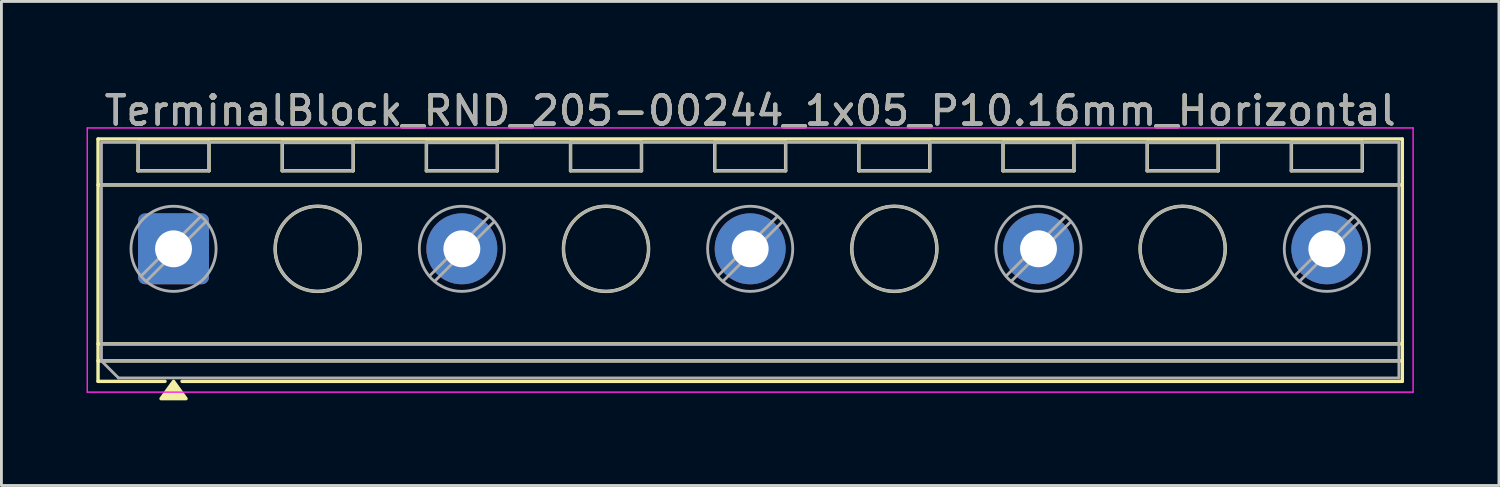
<source format=kicad_pcb>
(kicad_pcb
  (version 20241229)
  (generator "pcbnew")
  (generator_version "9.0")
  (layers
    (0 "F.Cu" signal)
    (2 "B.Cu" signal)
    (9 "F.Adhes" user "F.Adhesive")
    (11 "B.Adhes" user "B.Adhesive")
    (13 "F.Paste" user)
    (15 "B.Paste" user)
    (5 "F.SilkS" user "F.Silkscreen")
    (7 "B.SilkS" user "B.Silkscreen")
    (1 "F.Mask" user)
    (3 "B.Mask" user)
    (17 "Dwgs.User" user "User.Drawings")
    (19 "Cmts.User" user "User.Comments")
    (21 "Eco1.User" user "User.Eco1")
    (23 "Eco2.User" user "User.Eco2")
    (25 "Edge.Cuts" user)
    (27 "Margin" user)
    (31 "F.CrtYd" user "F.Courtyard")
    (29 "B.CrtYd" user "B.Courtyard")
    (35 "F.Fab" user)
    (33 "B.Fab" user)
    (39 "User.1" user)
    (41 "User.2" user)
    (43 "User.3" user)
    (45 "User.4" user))
  (footprint "TerminalBlock_RND_205-00244_1x05_P10.16mm_Horizontal"
    (layer "F.Cu")
    (at 3.065 5.718)
    (property "Reference" "TerminalBlock_RND_205-00244_1x05_P10.16mm_Horizontal" (at 20.32 -4.87 0) (layer "F.SilkS") (effects (font (size 1 1) (thickness 0.15))))
    (attr through_hole)
    (fp_line (start -2.66 -3.87) (end 43.3 -3.87) (stroke (width 0.12) (type solid)) (layer "F.SilkS"))
    (fp_line (start -2.66 -2.25) (end 43.3 -2.25) (stroke (width 0.12) (type solid)) (layer "F.SilkS"))
    (fp_line (start -2.66 3.35) (end 43.3 3.35) (stroke (width 0.12) (type solid)) (layer "F.SilkS"))
    (fp_line (start -2.66 3.95) (end 43.3 3.95) (stroke (width 0.12) (type solid)) (layer "F.SilkS"))
    (fp_line (start -2.66 4.67) (end -2.66 -3.87) (stroke (width 0.12) (type solid)) (layer "F.SilkS"))
    (fp_line (start -1.25 -3.75) (end 1.25 -3.75) (stroke (width 0.12) (type solid)) (layer "F.SilkS"))
    (fp_line (start -1.25 -2.75) (end -1.25 -3.75) (stroke (width 0.12) (type solid)) (layer "F.SilkS"))
    (fp_line (start -0.3 4.67) (end -2.66 4.67) (stroke (width 0.12) (type solid)) (layer "F.SilkS"))
    (fp_line (start 1.25 -3.75) (end 1.25 -2.75) (stroke (width 0.12) (type solid)) (layer "F.SilkS"))
    (fp_line (start 1.25 -2.75) (end -1.25 -2.75) (stroke (width 0.12) (type solid)) (layer "F.SilkS"))
    (fp_line (start 3.83 -3.75) (end 6.33 -3.75) (stroke (width 0.12) (type solid)) (layer "F.SilkS"))
    (fp_line (start 3.83 -2.75) (end 3.83 -3.75) (stroke (width 0.12) (type solid)) (layer "F.SilkS"))
    (fp_line (start 6.33 -3.75) (end 6.33 -2.75) (stroke (width 0.12) (type solid)) (layer "F.SilkS"))
    (fp_line (start 6.33 -2.75) (end 3.83 -2.75) (stroke (width 0.12) (type solid)) (layer "F.SilkS"))
    (fp_line (start 8.91 -3.75) (end 11.41 -3.75) (stroke (width 0.12) (type solid)) (layer "F.SilkS"))
    (fp_line (start 8.91 -2.75) (end 8.91 -3.75) (stroke (width 0.12) (type solid)) (layer "F.SilkS"))
    (fp_line (start 11.41 -3.75) (end 11.41 -2.75) (stroke (width 0.12) (type solid)) (layer "F.SilkS"))
    (fp_line (start 11.41 -2.75) (end 8.91 -2.75) (stroke (width 0.12) (type solid)) (layer "F.SilkS"))
    (fp_line (start 13.99 -3.75) (end 16.49 -3.75) (stroke (width 0.12) (type solid)) (layer "F.SilkS"))
    (fp_line (start 13.99 -2.75) (end 13.99 -3.75) (stroke (width 0.12) (type solid)) (layer "F.SilkS"))
    (fp_line (start 16.49 -3.75) (end 16.49 -2.75) (stroke (width 0.12) (type solid)) (layer "F.SilkS"))
    (fp_line (start 16.49 -2.75) (end 13.99 -2.75) (stroke (width 0.12) (type solid)) (layer "F.SilkS"))
    (fp_line (start 19.07 -3.75) (end 21.57 -3.75) (stroke (width 0.12) (type solid)) (layer "F.SilkS"))
    (fp_line (start 19.07 -2.75) (end 19.07 -3.75) (stroke (width 0.12) (type solid)) (layer "F.SilkS"))
    (fp_line (start 21.57 -3.75) (end 21.57 -2.75) (stroke (width 0.12) (type solid)) (layer "F.SilkS"))
    (fp_line (start 21.57 -2.75) (end 19.07 -2.75) (stroke (width 0.12) (type solid)) (layer "F.SilkS"))
    (fp_line (start 24.15 -3.75) (end 26.65 -3.75) (stroke (width 0.12) (type solid)) (layer "F.SilkS"))
    (fp_line (start 24.15 -2.75) (end 24.15 -3.75) (stroke (width 0.12) (type solid)) (layer "F.SilkS"))
    (fp_line (start 26.65 -3.75) (end 26.65 -2.75) (stroke (width 0.12) (type solid)) (layer "F.SilkS"))
    (fp_line (start 26.65 -2.75) (end 24.15 -2.75) (stroke (width 0.12) (type solid)) (layer "F.SilkS"))
    (fp_line (start 29.23 -3.75) (end 31.73 -3.75) (stroke (width 0.12) (type solid)) (layer "F.SilkS"))
    (fp_line (start 29.23 -2.75) (end 29.23 -3.75) (stroke (width 0.12) (type solid)) (layer "F.SilkS"))
    (fp_line (start 31.73 -3.75) (end 31.73 -2.75) (stroke (width 0.12) (type solid)) (layer "F.SilkS"))
    (fp_line (start 31.73 -2.75) (end 29.23 -2.75) (stroke (width 0.12) (type solid)) (layer "F.SilkS"))
    (fp_line (start 34.31 -3.75) (end 36.81 -3.75) (stroke (width 0.12) (type solid)) (layer "F.SilkS"))
    (fp_line (start 34.31 -2.75) (end 34.31 -3.75) (stroke (width 0.12) (type solid)) (layer "F.SilkS"))
    (fp_line (start 36.81 -3.75) (end 36.81 -2.75) (stroke (width 0.12) (type solid)) (layer "F.SilkS"))
    (fp_line (start 36.81 -2.75) (end 34.31 -2.75) (stroke (width 0.12) (type solid)) (layer "F.SilkS"))
    (fp_line (start 39.39 -3.75) (end 41.89 -3.75) (stroke (width 0.12) (type solid)) (layer "F.SilkS"))
    (fp_line (start 39.39 -2.75) (end 39.39 -3.75) (stroke (width 0.12) (type solid)) (layer "F.SilkS"))
    (fp_line (start 41.89 -3.75) (end 41.89 -2.75) (stroke (width 0.12) (type solid)) (layer "F.SilkS"))
    (fp_line (start 41.89 -2.75) (end 39.39 -2.75) (stroke (width 0.12) (type solid)) (layer "F.SilkS"))
    (fp_line (start 43.3 -3.87) (end 43.3 4.67) (stroke (width 0.12) (type solid)) (layer "F.SilkS"))
    (fp_line (start 43.3 4.67) (end 0.3 4.67) (stroke (width 0.12) (type solid)) (layer "F.SilkS"))
    (fp_circle (center 5.08 0) (end 6.58 0) (stroke (width 0.12) (type solid)) (fill no) (layer "F.SilkS"))
    (fp_circle (center 15.24 0) (end 16.74 0) (stroke (width 0.12) (type solid)) (fill no) (layer "F.SilkS"))
    (fp_circle (center 25.4 0) (end 26.9 0) (stroke (width 0.12) (type solid)) (fill no) (layer "F.SilkS"))
    (fp_circle (center 35.56 0) (end 37.06 0) (stroke (width 0.12) (type solid)) (fill no) (layer "F.SilkS"))
    (fp_poly (pts (xy 0 4.67) (xy 0.44 5.28) (xy -0.44 5.28)) (stroke (width 0.12) (type solid)) (fill yes) (layer "F.SilkS"))
    (fp_line (start -3.04 -4.26) (end -3.04 5.05) (stroke (width 0.05) (type solid)) (layer "F.CrtYd"))
    (fp_line (start -3.04 5.05) (end 43.68 5.05) (stroke (width 0.05) (type solid)) (layer "F.CrtYd"))
    (fp_line (start 43.68 -4.26) (end -3.04 -4.26) (stroke (width 0.05) (type solid)) (layer "F.CrtYd"))
    (fp_line (start 43.68 5.05) (end 43.68 -4.26) (stroke (width 0.05) (type solid)) (layer "F.CrtYd"))
    (fp_line (start -2.54 -3.75) (end 43.18 -3.75) (stroke (width 0.1) (type solid)) (layer "F.Fab"))
    (fp_line (start -2.54 -2.25) (end 43.18 -2.25) (stroke (width 0.1) (type solid)) (layer "F.Fab"))
    (fp_line (start -2.54 3.35) (end 43.18 3.35) (stroke (width 0.1) (type solid)) (layer "F.Fab"))
    (fp_line (start -2.54 3.95) (end -2.54 -3.75) (stroke (width 0.1) (type solid)) (layer "F.Fab"))
    (fp_line (start -2.54 3.95) (end 43.18 3.95) (stroke (width 0.1) (type solid)) (layer "F.Fab"))
    (fp_line (start -1.94 4.55) (end -2.54 3.95) (stroke (width 0.1) (type solid)) (layer "F.Fab"))
    (fp_line (start -1.25 -3.75) (end -1.25 -2.75) (stroke (width 0.1) (type solid)) (layer "F.Fab"))
    (fp_line (start -1.25 -2.75) (end 1.25 -2.75) (stroke (width 0.1) (type solid)) (layer "F.Fab"))
    (fp_line (start 0.955 -1.138) (end -1.138 0.955) (stroke (width 0.1) (type solid)) (layer "F.Fab"))
    (fp_line (start 1.138 -0.955) (end -0.955 1.138) (stroke (width 0.1) (type solid)) (layer "F.Fab"))
    (fp_line (start 1.25 -3.75) (end -1.25 -3.75) (stroke (width 0.1) (type solid)) (layer "F.Fab"))
    (fp_line (start 1.25 -2.75) (end 1.25 -3.75) (stroke (width 0.1) (type solid)) (layer "F.Fab"))
    (fp_line (start 3.83 -3.75) (end 3.83 -2.75) (stroke (width 0.1) (type solid)) (layer "F.Fab"))
    (fp_line (start 3.83 -2.75) (end 6.33 -2.75) (stroke (width 0.1) (type solid)) (layer "F.Fab"))
    (fp_line (start 6.33 -3.75) (end 3.83 -3.75) (stroke (width 0.1) (type solid)) (layer "F.Fab"))
    (fp_line (start 6.33 -2.75) (end 6.33 -3.75) (stroke (width 0.1) (type solid)) (layer "F.Fab"))
    (fp_line (start 8.91 -3.75) (end 8.91 -2.75) (stroke (width 0.1) (type solid)) (layer "F.Fab"))
    (fp_line (start 8.91 -2.75) (end 11.41 -2.75) (stroke (width 0.1) (type solid)) (layer "F.Fab"))
    (fp_line (start 11.115 -1.138) (end 9.022 0.955) (stroke (width 0.1) (type solid)) (layer "F.Fab"))
    (fp_line (start 11.298 -0.955) (end 9.205 1.138) (stroke (width 0.1) (type solid)) (layer "F.Fab"))
    (fp_line (start 11.41 -3.75) (end 8.91 -3.75) (stroke (width 0.1) (type solid)) (layer "F.Fab"))
    (fp_line (start 11.41 -2.75) (end 11.41 -3.75) (stroke (width 0.1) (type solid)) (layer "F.Fab"))
    (fp_line (start 13.99 -3.75) (end 13.99 -2.75) (stroke (width 0.1) (type solid)) (layer "F.Fab"))
    (fp_line (start 13.99 -2.75) (end 16.49 -2.75) (stroke (width 0.1) (type solid)) (layer "F.Fab"))
    (fp_line (start 16.49 -3.75) (end 13.99 -3.75) (stroke (width 0.1) (type solid)) (layer "F.Fab"))
    (fp_line (start 16.49 -2.75) (end 16.49 -3.75) (stroke (width 0.1) (type solid)) (layer "F.Fab"))
    (fp_line (start 19.07 -3.75) (end 19.07 -2.75) (stroke (width 0.1) (type solid)) (layer "F.Fab"))
    (fp_line (start 19.07 -2.75) (end 21.57 -2.75) (stroke (width 0.1) (type solid)) (layer "F.Fab"))
    (fp_line (start 21.275 -1.138) (end 19.182 0.955) (stroke (width 0.1) (type solid)) (layer "F.Fab"))
    (fp_line (start 21.458 -0.955) (end 19.365 1.138) (stroke (width 0.1) (type solid)) (layer "F.Fab"))
    (fp_line (start 21.57 -3.75) (end 19.07 -3.75) (stroke (width 0.1) (type solid)) (layer "F.Fab"))
    (fp_line (start 21.57 -2.75) (end 21.57 -3.75) (stroke (width 0.1) (type solid)) (layer "F.Fab"))
    (fp_line (start 24.15 -3.75) (end 24.15 -2.75) (stroke (width 0.1) (type solid)) (layer "F.Fab"))
    (fp_line (start 24.15 -2.75) (end 26.65 -2.75) (stroke (width 0.1) (type solid)) (layer "F.Fab"))
    (fp_line (start 26.65 -3.75) (end 24.15 -3.75) (stroke (width 0.1) (type solid)) (layer "F.Fab"))
    (fp_line (start 26.65 -2.75) (end 26.65 -3.75) (stroke (width 0.1) (type solid)) (layer "F.Fab"))
    (fp_line (start 29.23 -3.75) (end 29.23 -2.75) (stroke (width 0.1) (type solid)) (layer "F.Fab"))
    (fp_line (start 29.23 -2.75) (end 31.73 -2.75) (stroke (width 0.1) (type solid)) (layer "F.Fab"))
    (fp_line (start 31.435 -1.138) (end 29.342 0.955) (stroke (width 0.1) (type solid)) (layer "F.Fab"))
    (fp_line (start 31.618 -0.955) (end 29.525 1.138) (stroke (width 0.1) (type solid)) (layer "F.Fab"))
    (fp_line (start 31.73 -3.75) (end 29.23 -3.75) (stroke (width 0.1) (type solid)) (layer "F.Fab"))
    (fp_line (start 31.73 -2.75) (end 31.73 -3.75) (stroke (width 0.1) (type solid)) (layer "F.Fab"))
    (fp_line (start 34.31 -3.75) (end 34.31 -2.75) (stroke (width 0.1) (type solid)) (layer "F.Fab"))
    (fp_line (start 34.31 -2.75) (end 36.81 -2.75) (stroke (width 0.1) (type solid)) (layer "F.Fab"))
    (fp_line (start 36.81 -3.75) (end 34.31 -3.75) (stroke (width 0.1) (type solid)) (layer "F.Fab"))
    (fp_line (start 36.81 -2.75) (end 36.81 -3.75) (stroke (width 0.1) (type solid)) (layer "F.Fab"))
    (fp_line (start 39.39 -3.75) (end 39.39 -2.75) (stroke (width 0.1) (type solid)) (layer "F.Fab"))
    (fp_line (start 39.39 -2.75) (end 41.89 -2.75) (stroke (width 0.1) (type solid)) (layer "F.Fab"))
    (fp_line (start 41.595 -1.138) (end 39.502 0.955) (stroke (width 0.1) (type solid)) (layer "F.Fab"))
    (fp_line (start 41.778 -0.955) (end 39.685 1.138) (stroke (width 0.1) (type solid)) (layer "F.Fab"))
    (fp_line (start 41.89 -3.75) (end 39.39 -3.75) (stroke (width 0.1) (type solid)) (layer "F.Fab"))
    (fp_line (start 41.89 -2.75) (end 41.89 -3.75) (stroke (width 0.1) (type solid)) (layer "F.Fab"))
    (fp_line (start 43.18 -3.75) (end 43.18 4.55) (stroke (width 0.1) (type solid)) (layer "F.Fab"))
    (fp_line (start 43.18 4.55) (end -1.94 4.55) (stroke (width 0.1) (type solid)) (layer "F.Fab"))
    (fp_circle (center 0 0) (end 1.5 0) (stroke (width 0.1) (type solid)) (fill no) (layer "F.Fab"))
    (fp_circle (center 5.08 0) (end 6.58 0) (stroke (width 0.1) (type solid)) (fill no) (layer "F.Fab"))
    (fp_circle (center 10.16 0) (end 11.66 0) (stroke (width 0.1) (type solid)) (fill no) (layer "F.Fab"))
    (fp_circle (center 15.24 0) (end 16.74 0) (stroke (width 0.1) (type solid)) (fill no) (layer "F.Fab"))
    (fp_circle (center 20.32 0) (end 21.82 0) (stroke (width 0.1) (type solid)) (fill no) (layer "F.Fab"))
    (fp_circle (center 25.4 0) (end 26.9 0) (stroke (width 0.1) (type solid)) (fill no) (layer "F.Fab"))
    (fp_circle (center 30.48 0) (end 31.98 0) (stroke (width 0.1) (type solid)) (fill no) (layer "F.Fab"))
    (fp_circle (center 35.56 0) (end 37.06 0) (stroke (width 0.1) (type solid)) (fill no) (layer "F.Fab"))
    (fp_circle (center 40.64 0) (end 42.14 0) (stroke (width 0.1) (type solid)) (fill no) (layer "F.Fab"))
    (fp_text user "${REFERENCE}" (at 20.32 -4.87 0) (layer "F.Fab") (effects (font (size 1 1) (thickness 0.15))))
    (pad "1" thru_hole roundrect (at 0 0) (size 2.5 2.5) (drill 1.3) (layers "*.Cu" "*.Mask") (roundrect_rratio 0.1))
    (pad "2" thru_hole circle (at 10.16 0) (size 2.5 2.5) (drill 1.3) (layers "*.Cu" "*.Mask"))
    (pad "3" thru_hole circle (at 20.32 0) (size 2.5 2.5) (drill 1.3) (layers "*.Cu" "*.Mask"))
    (pad "4" thru_hole circle (at 30.48 0) (size 2.5 2.5) (drill 1.3) (layers "*.Cu" "*.Mask"))
    (pad "5" thru_hole circle (at 40.64 0) (size 2.5 2.5) (drill 1.3) (layers "*.Cu" "*.Mask")))
  (gr_rect
    (start -3 -3)
    (end 49.77 14.058)
    (stroke (width 0.1) (type default))
    (fill no)
    (layer "Edge.Cuts")))
</source>
